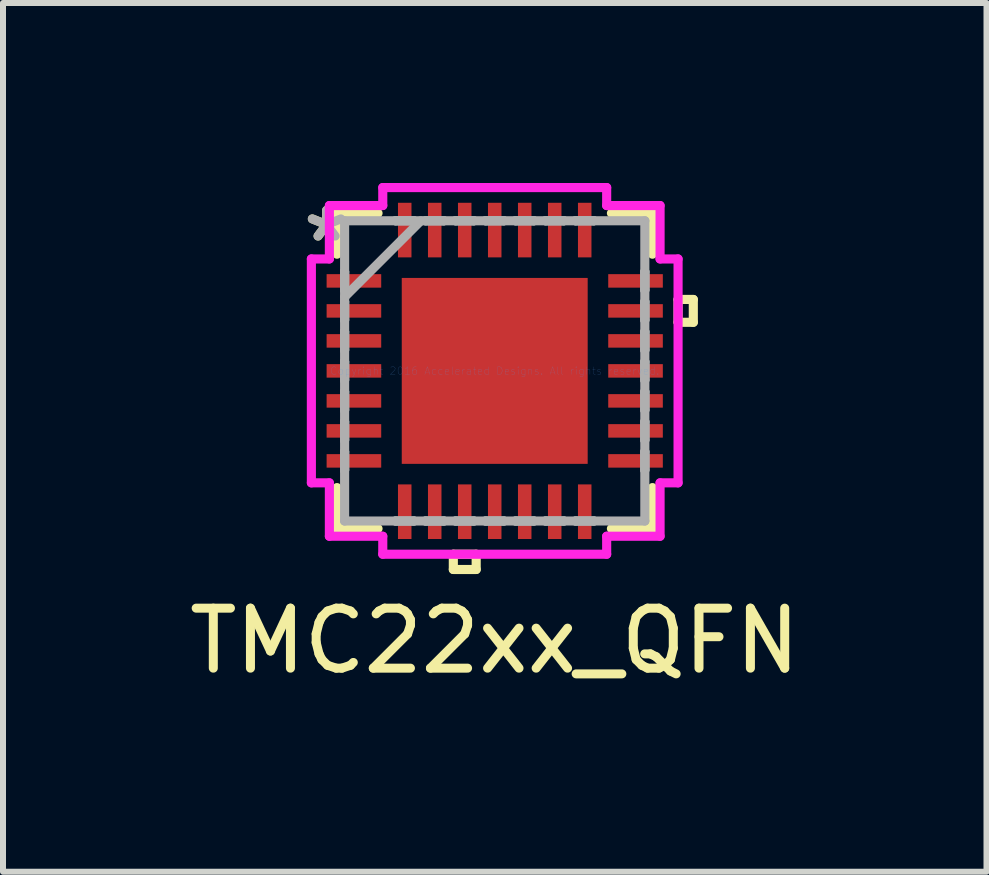
<source format=kicad_pcb>
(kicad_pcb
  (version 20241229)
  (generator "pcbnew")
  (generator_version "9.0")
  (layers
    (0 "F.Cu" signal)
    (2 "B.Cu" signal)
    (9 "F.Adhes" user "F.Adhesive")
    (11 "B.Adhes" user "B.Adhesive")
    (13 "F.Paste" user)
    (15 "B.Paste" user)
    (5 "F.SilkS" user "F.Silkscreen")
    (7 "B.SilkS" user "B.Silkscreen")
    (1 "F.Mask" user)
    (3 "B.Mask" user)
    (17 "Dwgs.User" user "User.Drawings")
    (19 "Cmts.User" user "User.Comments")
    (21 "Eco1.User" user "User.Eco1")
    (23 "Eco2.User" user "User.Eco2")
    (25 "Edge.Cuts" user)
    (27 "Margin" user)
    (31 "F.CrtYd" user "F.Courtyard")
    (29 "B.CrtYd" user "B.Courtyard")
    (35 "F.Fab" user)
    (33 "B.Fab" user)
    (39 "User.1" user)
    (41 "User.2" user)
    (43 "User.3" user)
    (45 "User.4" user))
  (footprint "TMC22xx_QFN"
    (layer "F.Cu")
    (at 5.196 3.132)
    (property "Reference" "TMC22xx_QFN" (at 0 4.5 0) (layer "F.SilkS") (effects (font (size 1 1) (thickness 0.15))))
    (attr smd)
    (fp_line (start -2.629 -2.629) (end -2.629 -1.945) (stroke (width 0.152) (type solid)) (layer "F.SilkS"))
    (fp_line (start -2.629 1.945) (end -2.629 2.629) (stroke (width 0.152) (type solid)) (layer "F.SilkS"))
    (fp_line (start -2.629 2.629) (end -1.945 2.629) (stroke (width 0.152) (type solid)) (layer "F.SilkS"))
    (fp_line (start -1.945 -2.629) (end -2.629 -2.629) (stroke (width 0.152) (type solid)) (layer "F.SilkS"))
    (fp_line (start -0.69 3.056) (end -0.69 3.31) (stroke (width 0.152) (type solid)) (layer "F.SilkS"))
    (fp_line (start -0.69 3.31) (end -0.309 3.31) (stroke (width 0.152) (type solid)) (layer "F.SilkS"))
    (fp_line (start -0.309 3.056) (end -0.69 3.056) (stroke (width 0.152) (type solid)) (layer "F.SilkS"))
    (fp_line (start -0.309 3.31) (end -0.309 3.056) (stroke (width 0.152) (type solid)) (layer "F.SilkS"))
    (fp_line (start 1.945 2.629) (end 2.629 2.629) (stroke (width 0.152) (type solid)) (layer "F.SilkS"))
    (fp_line (start 2.629 -2.629) (end 1.945 -2.629) (stroke (width 0.152) (type solid)) (layer "F.SilkS"))
    (fp_line (start 2.629 -1.945) (end 2.629 -2.629) (stroke (width 0.152) (type solid)) (layer "F.SilkS"))
    (fp_line (start 2.629 2.629) (end 2.629 1.945) (stroke (width 0.152) (type solid)) (layer "F.SilkS"))
    (fp_line (start 3.056 -1.191) (end 3.31 -1.191) (stroke (width 0.152) (type solid)) (layer "F.SilkS"))
    (fp_line (start 3.056 -0.81) (end 3.056 -1.191) (stroke (width 0.152) (type solid)) (layer "F.SilkS"))
    (fp_line (start 3.31 -1.191) (end 3.31 -0.81) (stroke (width 0.152) (type solid)) (layer "F.SilkS"))
    (fp_line (start 3.31 -0.81) (end 3.056 -0.81) (stroke (width 0.152) (type solid)) (layer "F.SilkS"))
    (fp_line (start -3.056 -1.866) (end -2.756 -1.866) (stroke (width 0.152) (type solid)) (layer "F.CrtYd"))
    (fp_line (start -3.056 1.866) (end -3.056 -1.866) (stroke (width 0.152) (type solid)) (layer "F.CrtYd"))
    (fp_line (start -2.756 -2.756) (end -1.866 -2.756) (stroke (width 0.152) (type solid)) (layer "F.CrtYd"))
    (fp_line (start -2.756 -1.866) (end -2.756 -2.756) (stroke (width 0.152) (type solid)) (layer "F.CrtYd"))
    (fp_line (start -2.756 1.866) (end -3.056 1.866) (stroke (width 0.152) (type solid)) (layer "F.CrtYd"))
    (fp_line (start -2.756 2.756) (end -2.756 1.866) (stroke (width 0.152) (type solid)) (layer "F.CrtYd"))
    (fp_line (start -1.866 -3.056) (end 1.866 -3.056) (stroke (width 0.152) (type solid)) (layer "F.CrtYd"))
    (fp_line (start -1.866 -2.756) (end -1.866 -3.056) (stroke (width 0.152) (type solid)) (layer "F.CrtYd"))
    (fp_line (start -1.866 2.756) (end -2.756 2.756) (stroke (width 0.152) (type solid)) (layer "F.CrtYd"))
    (fp_line (start -1.866 3.056) (end -1.866 2.756) (stroke (width 0.152) (type solid)) (layer "F.CrtYd"))
    (fp_line (start 1.866 -3.056) (end 1.866 -2.756) (stroke (width 0.152) (type solid)) (layer "F.CrtYd"))
    (fp_line (start 1.866 -2.756) (end 2.756 -2.756) (stroke (width 0.152) (type solid)) (layer "F.CrtYd"))
    (fp_line (start 1.866 2.756) (end 1.866 3.056) (stroke (width 0.152) (type solid)) (layer "F.CrtYd"))
    (fp_line (start 1.866 3.056) (end -1.866 3.056) (stroke (width 0.152) (type solid)) (layer "F.CrtYd"))
    (fp_line (start 2.756 -2.756) (end 2.756 -1.866) (stroke (width 0.152) (type solid)) (layer "F.CrtYd"))
    (fp_line (start 2.756 -1.866) (end 3.056 -1.866) (stroke (width 0.152) (type solid)) (layer "F.CrtYd"))
    (fp_line (start 2.756 1.866) (end 2.756 2.756) (stroke (width 0.152) (type solid)) (layer "F.CrtYd"))
    (fp_line (start 2.756 2.756) (end 1.866 2.756) (stroke (width 0.152) (type solid)) (layer "F.CrtYd"))
    (fp_line (start 3.056 -1.866) (end 3.056 1.866) (stroke (width 0.152) (type solid)) (layer "F.CrtYd"))
    (fp_line (start 3.056 1.866) (end 2.756 1.866) (stroke (width 0.152) (type solid)) (layer "F.CrtYd"))
    (fp_line (start -2.502 -2.502) (end -2.502 2.502) (stroke (width 0.152) (type solid)) (layer "F.Fab"))
    (fp_line (start -2.502 -1.652) (end -2.502 -1.652) (stroke (width 0.152) (type solid)) (layer "F.Fab"))
    (fp_line (start -2.502 -1.652) (end -2.502 -1.348) (stroke (width 0.152) (type solid)) (layer "F.Fab"))
    (fp_line (start -2.502 -1.348) (end -2.502 -1.652) (stroke (width 0.152) (type solid)) (layer "F.Fab"))
    (fp_line (start -2.502 -1.348) (end -2.502 -1.348) (stroke (width 0.152) (type solid)) (layer "F.Fab"))
    (fp_line (start -2.502 -1.232) (end -1.232 -2.502) (stroke (width 0.152) (type solid)) (layer "F.Fab"))
    (fp_line (start -2.502 -1.152) (end -2.502 -1.152) (stroke (width 0.152) (type solid)) (layer "F.Fab"))
    (fp_line (start -2.502 -1.152) (end -2.502 -0.848) (stroke (width 0.152) (type solid)) (layer "F.Fab"))
    (fp_line (start -2.502 -0.848) (end -2.502 -1.152) (stroke (width 0.152) (type solid)) (layer "F.Fab"))
    (fp_line (start -2.502 -0.848) (end -2.502 -0.848) (stroke (width 0.152) (type solid)) (layer "F.Fab"))
    (fp_line (start -2.502 -0.652) (end -2.502 -0.652) (stroke (width 0.152) (type solid)) (layer "F.Fab"))
    (fp_line (start -2.502 -0.652) (end -2.502 -0.348) (stroke (width 0.152) (type solid)) (layer "F.Fab"))
    (fp_line (start -2.502 -0.348) (end -2.502 -0.652) (stroke (width 0.152) (type solid)) (layer "F.Fab"))
    (fp_line (start -2.502 -0.348) (end -2.502 -0.348) (stroke (width 0.152) (type solid)) (layer "F.Fab"))
    (fp_line (start -2.502 -0.152) (end -2.502 -0.152) (stroke (width 0.152) (type solid)) (layer "F.Fab"))
    (fp_line (start -2.502 -0.152) (end -2.502 0.152) (stroke (width 0.152) (type solid)) (layer "F.Fab"))
    (fp_line (start -2.502 0.152) (end -2.502 -0.152) (stroke (width 0.152) (type solid)) (layer "F.Fab"))
    (fp_line (start -2.502 0.152) (end -2.502 0.152) (stroke (width 0.152) (type solid)) (layer "F.Fab"))
    (fp_line (start -2.502 0.348) (end -2.502 0.348) (stroke (width 0.152) (type solid)) (layer "F.Fab"))
    (fp_line (start -2.502 0.348) (end -2.502 0.652) (stroke (width 0.152) (type solid)) (layer "F.Fab"))
    (fp_line (start -2.502 0.652) (end -2.502 0.348) (stroke (width 0.152) (type solid)) (layer "F.Fab"))
    (fp_line (start -2.502 0.652) (end -2.502 0.652) (stroke (width 0.152) (type solid)) (layer "F.Fab"))
    (fp_line (start -2.502 0.848) (end -2.502 0.848) (stroke (width 0.152) (type solid)) (layer "F.Fab"))
    (fp_line (start -2.502 0.848) (end -2.502 1.152) (stroke (width 0.152) (type solid)) (layer "F.Fab"))
    (fp_line (start -2.502 1.152) (end -2.502 0.848) (stroke (width 0.152) (type solid)) (layer "F.Fab"))
    (fp_line (start -2.502 1.152) (end -2.502 1.152) (stroke (width 0.152) (type solid)) (layer "F.Fab"))
    (fp_line (start -2.502 1.348) (end -2.502 1.348) (stroke (width 0.152) (type solid)) (layer "F.Fab"))
    (fp_line (start -2.502 1.348) (end -2.502 1.652) (stroke (width 0.152) (type solid)) (layer "F.Fab"))
    (fp_line (start -2.502 1.652) (end -2.502 1.348) (stroke (width 0.152) (type solid)) (layer "F.Fab"))
    (fp_line (start -2.502 1.652) (end -2.502 1.652) (stroke (width 0.152) (type solid)) (layer "F.Fab"))
    (fp_line (start -2.502 2.502) (end 2.502 2.502) (stroke (width 0.152) (type solid)) (layer "F.Fab"))
    (fp_line (start -1.652 -2.502) (end -1.652 -2.502) (stroke (width 0.152) (type solid)) (layer "F.Fab"))
    (fp_line (start -1.652 -2.502) (end -1.348 -2.502) (stroke (width 0.152) (type solid)) (layer "F.Fab"))
    (fp_line (start -1.652 2.502) (end -1.652 2.502) (stroke (width 0.152) (type solid)) (layer "F.Fab"))
    (fp_line (start -1.652 2.502) (end -1.348 2.502) (stroke (width 0.152) (type solid)) (layer "F.Fab"))
    (fp_line (start -1.348 -2.502) (end -1.652 -2.502) (stroke (width 0.152) (type solid)) (layer "F.Fab"))
    (fp_line (start -1.348 -2.502) (end -1.348 -2.502) (stroke (width 0.152) (type solid)) (layer "F.Fab"))
    (fp_line (start -1.348 2.502) (end -1.652 2.502) (stroke (width 0.152) (type solid)) (layer "F.Fab"))
    (fp_line (start -1.348 2.502) (end -1.348 2.502) (stroke (width 0.152) (type solid)) (layer "F.Fab"))
    (fp_line (start -1.152 -2.502) (end -1.152 -2.502) (stroke (width 0.152) (type solid)) (layer "F.Fab"))
    (fp_line (start -1.152 -2.502) (end -0.848 -2.502) (stroke (width 0.152) (type solid)) (layer "F.Fab"))
    (fp_line (start -1.152 2.502) (end -1.152 2.502) (stroke (width 0.152) (type solid)) (layer "F.Fab"))
    (fp_line (start -1.152 2.502) (end -0.848 2.502) (stroke (width 0.152) (type solid)) (layer "F.Fab"))
    (fp_line (start -0.848 -2.502) (end -1.152 -2.502) (stroke (width 0.152) (type solid)) (layer "F.Fab"))
    (fp_line (start -0.848 -2.502) (end -0.848 -2.502) (stroke (width 0.152) (type solid)) (layer "F.Fab"))
    (fp_line (start -0.848 2.502) (end -1.152 2.502) (stroke (width 0.152) (type solid)) (layer "F.Fab"))
    (fp_line (start -0.848 2.502) (end -0.848 2.502) (stroke (width 0.152) (type solid)) (layer "F.Fab"))
    (fp_line (start -0.652 -2.502) (end -0.652 -2.502) (stroke (width 0.152) (type solid)) (layer "F.Fab"))
    (fp_line (start -0.652 -2.502) (end -0.348 -2.502) (stroke (width 0.152) (type solid)) (layer "F.Fab"))
    (fp_line (start -0.652 2.502) (end -0.652 2.502) (stroke (width 0.152) (type solid)) (layer "F.Fab"))
    (fp_line (start -0.652 2.502) (end -0.348 2.502) (stroke (width 0.152) (type solid)) (layer "F.Fab"))
    (fp_line (start -0.348 -2.502) (end -0.652 -2.502) (stroke (width 0.152) (type solid)) (layer "F.Fab"))
    (fp_line (start -0.348 -2.502) (end -0.348 -2.502) (stroke (width 0.152) (type solid)) (layer "F.Fab"))
    (fp_line (start -0.348 2.502) (end -0.652 2.502) (stroke (width 0.152) (type solid)) (layer "F.Fab"))
    (fp_line (start -0.348 2.502) (end -0.348 2.502) (stroke (width 0.152) (type solid)) (layer "F.Fab"))
    (fp_line (start -0.152 -2.502) (end -0.152 -2.502) (stroke (width 0.152) (type solid)) (layer "F.Fab"))
    (fp_line (start -0.152 -2.502) (end 0.152 -2.502) (stroke (width 0.152) (type solid)) (layer "F.Fab"))
    (fp_line (start -0.152 2.502) (end -0.152 2.502) (stroke (width 0.152) (type solid)) (layer "F.Fab"))
    (fp_line (start -0.152 2.502) (end 0.152 2.502) (stroke (width 0.152) (type solid)) (layer "F.Fab"))
    (fp_line (start 0.152 -2.502) (end -0.152 -2.502) (stroke (width 0.152) (type solid)) (layer "F.Fab"))
    (fp_line (start 0.152 -2.502) (end 0.152 -2.502) (stroke (width 0.152) (type solid)) (layer "F.Fab"))
    (fp_line (start 0.152 2.502) (end -0.152 2.502) (stroke (width 0.152) (type solid)) (layer "F.Fab"))
    (fp_line (start 0.152 2.502) (end 0.152 2.502) (stroke (width 0.152) (type solid)) (layer "F.Fab"))
    (fp_line (start 0.348 -2.502) (end 0.348 -2.502) (stroke (width 0.152) (type solid)) (layer "F.Fab"))
    (fp_line (start 0.348 -2.502) (end 0.652 -2.502) (stroke (width 0.152) (type solid)) (layer "F.Fab"))
    (fp_line (start 0.348 2.502) (end 0.348 2.502) (stroke (width 0.152) (type solid)) (layer "F.Fab"))
    (fp_line (start 0.348 2.502) (end 0.652 2.502) (stroke (width 0.152) (type solid)) (layer "F.Fab"))
    (fp_line (start 0.652 -2.502) (end 0.348 -2.502) (stroke (width 0.152) (type solid)) (layer "F.Fab"))
    (fp_line (start 0.652 -2.502) (end 0.652 -2.502) (stroke (width 0.152) (type solid)) (layer "F.Fab"))
    (fp_line (start 0.652 2.502) (end 0.348 2.502) (stroke (width 0.152) (type solid)) (layer "F.Fab"))
    (fp_line (start 0.652 2.502) (end 0.652 2.502) (stroke (width 0.152) (type solid)) (layer "F.Fab"))
    (fp_line (start 0.848 -2.502) (end 0.848 -2.502) (stroke (width 0.152) (type solid)) (layer "F.Fab"))
    (fp_line (start 0.848 -2.502) (end 1.152 -2.502) (stroke (width 0.152) (type solid)) (layer "F.Fab"))
    (fp_line (start 0.848 2.502) (end 0.848 2.502) (stroke (width 0.152) (type solid)) (layer "F.Fab"))
    (fp_line (start 0.848 2.502) (end 1.152 2.502) (stroke (width 0.152) (type solid)) (layer "F.Fab"))
    (fp_line (start 1.152 -2.502) (end 0.848 -2.502) (stroke (width 0.152) (type solid)) (layer "F.Fab"))
    (fp_line (start 1.152 -2.502) (end 1.152 -2.502) (stroke (width 0.152) (type solid)) (layer "F.Fab"))
    (fp_line (start 1.152 2.502) (end 0.848 2.502) (stroke (width 0.152) (type solid)) (layer "F.Fab"))
    (fp_line (start 1.152 2.502) (end 1.152 2.502) (stroke (width 0.152) (type solid)) (layer "F.Fab"))
    (fp_line (start 1.348 -2.502) (end 1.348 -2.502) (stroke (width 0.152) (type solid)) (layer "F.Fab"))
    (fp_line (start 1.348 -2.502) (end 1.652 -2.502) (stroke (width 0.152) (type solid)) (layer "F.Fab"))
    (fp_line (start 1.348 2.502) (end 1.348 2.502) (stroke (width 0.152) (type solid)) (layer "F.Fab"))
    (fp_line (start 1.348 2.502) (end 1.652 2.502) (stroke (width 0.152) (type solid)) (layer "F.Fab"))
    (fp_line (start 1.652 -2.502) (end 1.348 -2.502) (stroke (width 0.152) (type solid)) (layer "F.Fab"))
    (fp_line (start 1.652 -2.502) (end 1.652 -2.502) (stroke (width 0.152) (type solid)) (layer "F.Fab"))
    (fp_line (start 1.652 2.502) (end 1.348 2.502) (stroke (width 0.152) (type solid)) (layer "F.Fab"))
    (fp_line (start 1.652 2.502) (end 1.652 2.502) (stroke (width 0.152) (type solid)) (layer "F.Fab"))
    (fp_line (start 2.502 -2.502) (end -2.502 -2.502) (stroke (width 0.152) (type solid)) (layer "F.Fab"))
    (fp_line (start 2.502 -1.652) (end 2.502 -1.652) (stroke (width 0.152) (type solid)) (layer "F.Fab"))
    (fp_line (start 2.502 -1.652) (end 2.502 -1.348) (stroke (width 0.152) (type solid)) (layer "F.Fab"))
    (fp_line (start 2.502 -1.348) (end 2.502 -1.652) (stroke (width 0.152) (type solid)) (layer "F.Fab"))
    (fp_line (start 2.502 -1.348) (end 2.502 -1.348) (stroke (width 0.152) (type solid)) (layer "F.Fab"))
    (fp_line (start 2.502 -1.152) (end 2.502 -1.152) (stroke (width 0.152) (type solid)) (layer "F.Fab"))
    (fp_line (start 2.502 -1.152) (end 2.502 -0.848) (stroke (width 0.152) (type solid)) (layer "F.Fab"))
    (fp_line (start 2.502 -0.848) (end 2.502 -1.152) (stroke (width 0.152) (type solid)) (layer "F.Fab"))
    (fp_line (start 2.502 -0.848) (end 2.502 -0.848) (stroke (width 0.152) (type solid)) (layer "F.Fab"))
    (fp_line (start 2.502 -0.652) (end 2.502 -0.652) (stroke (width 0.152) (type solid)) (layer "F.Fab"))
    (fp_line (start 2.502 -0.652) (end 2.502 -0.348) (stroke (width 0.152) (type solid)) (layer "F.Fab"))
    (fp_line (start 2.502 -0.348) (end 2.502 -0.652) (stroke (width 0.152) (type solid)) (layer "F.Fab"))
    (fp_line (start 2.502 -0.348) (end 2.502 -0.348) (stroke (width 0.152) (type solid)) (layer "F.Fab"))
    (fp_line (start 2.502 -0.152) (end 2.502 -0.152) (stroke (width 0.152) (type solid)) (layer "F.Fab"))
    (fp_line (start 2.502 -0.152) (end 2.502 0.152) (stroke (width 0.152) (type solid)) (layer "F.Fab"))
    (fp_line (start 2.502 0.152) (end 2.502 -0.152) (stroke (width 0.152) (type solid)) (layer "F.Fab"))
    (fp_line (start 2.502 0.152) (end 2.502 0.152) (stroke (width 0.152) (type solid)) (layer "F.Fab"))
    (fp_line (start 2.502 0.348) (end 2.502 0.348) (stroke (width 0.152) (type solid)) (layer "F.Fab"))
    (fp_line (start 2.502 0.348) (end 2.502 0.652) (stroke (width 0.152) (type solid)) (layer "F.Fab"))
    (fp_line (start 2.502 0.652) (end 2.502 0.348) (stroke (width 0.152) (type solid)) (layer "F.Fab"))
    (fp_line (start 2.502 0.652) (end 2.502 0.652) (stroke (width 0.152) (type solid)) (layer "F.Fab"))
    (fp_line (start 2.502 0.848) (end 2.502 0.848) (stroke (width 0.152) (type solid)) (layer "F.Fab"))
    (fp_line (start 2.502 0.848) (end 2.502 1.152) (stroke (width 0.152) (type solid)) (layer "F.Fab"))
    (fp_line (start 2.502 1.152) (end 2.502 0.848) (stroke (width 0.152) (type solid)) (layer "F.Fab"))
    (fp_line (start 2.502 1.152) (end 2.502 1.152) (stroke (width 0.152) (type solid)) (layer "F.Fab"))
    (fp_line (start 2.502 1.348) (end 2.502 1.348) (stroke (width 0.152) (type solid)) (layer "F.Fab"))
    (fp_line (start 2.502 1.348) (end 2.502 1.652) (stroke (width 0.152) (type solid)) (layer "F.Fab"))
    (fp_line (start 2.502 1.652) (end 2.502 1.348) (stroke (width 0.152) (type solid)) (layer "F.Fab"))
    (fp_line (start 2.502 1.652) (end 2.502 1.652) (stroke (width 0.152) (type solid)) (layer "F.Fab"))
    (fp_line (start 2.502 2.502) (end 2.502 -2.502) (stroke (width 0.152) (type solid)) (layer "F.Fab"))
    (fp_text user "*" (at -2.802 -2.131 0) (layer "F.SilkS") (effects (font (size 1 1) (thickness 0.15))))
    (fp_text user "Copyright 2016 Accelerated Designs. All rights reserved." (at 0 0 0) (layer "Cmts.User") (effects (font (size 0.127 0.127) (thickness 0.002))))
    (fp_text user "*" (at -2.802 -2.131 0) (layer "F.Fab") (effects (font (size 1 1) (thickness 0.15))))
    (pad "1" smd rect (at -2.347 -1.5 90) (size 0.225 0.91) (layers "F.Cu" "F.Mask" "F.Paste"))
    (pad "2" smd rect (at -2.347 -1 90) (size 0.225 0.91) (layers "F.Cu" "F.Mask" "F.Paste"))
    (pad "3" smd rect (at -2.347 -0.5 90) (size 0.225 0.91) (layers "F.Cu" "F.Mask" "F.Paste"))
    (pad "4" smd rect (at -2.347 0 90) (size 0.225 0.91) (layers "F.Cu" "F.Mask" "F.Paste"))
    (pad "5" smd rect (at -2.347 0.5 90) (size 0.225 0.91) (layers "F.Cu" "F.Mask" "F.Paste"))
    (pad "6" smd rect (at -2.347 1 90) (size 0.225 0.91) (layers "F.Cu" "F.Mask" "F.Paste"))
    (pad "7" smd rect (at -2.347 1.5 90) (size 0.225 0.91) (layers "F.Cu" "F.Mask" "F.Paste"))
    (pad "8" smd rect (at -1.5 2.347) (size 0.225 0.91) (layers "F.Cu" "F.Mask" "F.Paste"))
    (pad "9" smd rect (at -1 2.347) (size 0.225 0.91) (layers "F.Cu" "F.Mask" "F.Paste"))
    (pad "10" smd rect (at -0.5 2.347) (size 0.225 0.91) (layers "F.Cu" "F.Mask" "F.Paste"))
    (pad "11" smd rect (at 0 2.347) (size 0.225 0.91) (layers "F.Cu" "F.Mask" "F.Paste"))
    (pad "12" smd rect (at 0.5 2.347) (size 0.225 0.91) (layers "F.Cu" "F.Mask" "F.Paste"))
    (pad "13" smd rect (at 1 2.347) (size 0.225 0.91) (layers "F.Cu" "F.Mask" "F.Paste"))
    (pad "14" smd rect (at 1.5 2.347) (size 0.225 0.91) (layers "F.Cu" "F.Mask" "F.Paste"))
    (pad "15" smd rect (at 2.347 1.5 90) (size 0.225 0.91) (layers "F.Cu" "F.Mask" "F.Paste"))
    (pad "16" smd rect (at 2.347 1 90) (size 0.225 0.91) (layers "F.Cu" "F.Mask" "F.Paste"))
    (pad "17" smd rect (at 2.347 0.5 90) (size 0.225 0.91) (layers "F.Cu" "F.Mask" "F.Paste"))
    (pad "18" smd rect (at 2.347 0 90) (size 0.225 0.91) (layers "F.Cu" "F.Mask" "F.Paste"))
    (pad "19" smd rect (at 2.347 -0.5 90) (size 0.225 0.91) (layers "F.Cu" "F.Mask" "F.Paste"))
    (pad "20" smd rect (at 2.347 -1 90) (size 0.225 0.91) (layers "F.Cu" "F.Mask" "F.Paste"))
    (pad "21" smd rect (at 2.347 -1.5 90) (size 0.225 0.91) (layers "F.Cu" "F.Mask" "F.Paste"))
    (pad "22" smd rect (at 1.5 -2.347) (size 0.225 0.91) (layers "F.Cu" "F.Mask" "F.Paste"))
    (pad "23" smd rect (at 1 -2.347) (size 0.225 0.91) (layers "F.Cu" "F.Mask" "F.Paste"))
    (pad "24" smd rect (at 0.5 -2.347) (size 0.225 0.91) (layers "F.Cu" "F.Mask" "F.Paste"))
    (pad "25" smd rect (at 0 -2.347) (size 0.225 0.91) (layers "F.Cu" "F.Mask" "F.Paste"))
    (pad "26" smd rect (at -0.5 -2.347) (size 0.225 0.91) (layers "F.Cu" "F.Mask" "F.Paste"))
    (pad "27" smd rect (at -1 -2.347) (size 0.225 0.91) (layers "F.Cu" "F.Mask" "F.Paste"))
    (pad "28" smd rect (at -1.5 -2.347) (size 0.225 0.91) (layers "F.Cu" "F.Mask" "F.Paste"))
    (pad "29" smd rect (at 0 0) (size 3.099 3.099) (layers "F.Cu" "F.Mask" "F.Paste")))
  (gr_rect
    (start -3 -3)
    (end 13.393 11.48)
    (stroke (width 0.1) (type default))
    (fill no)
    (layer "Edge.Cuts")))
</source>
